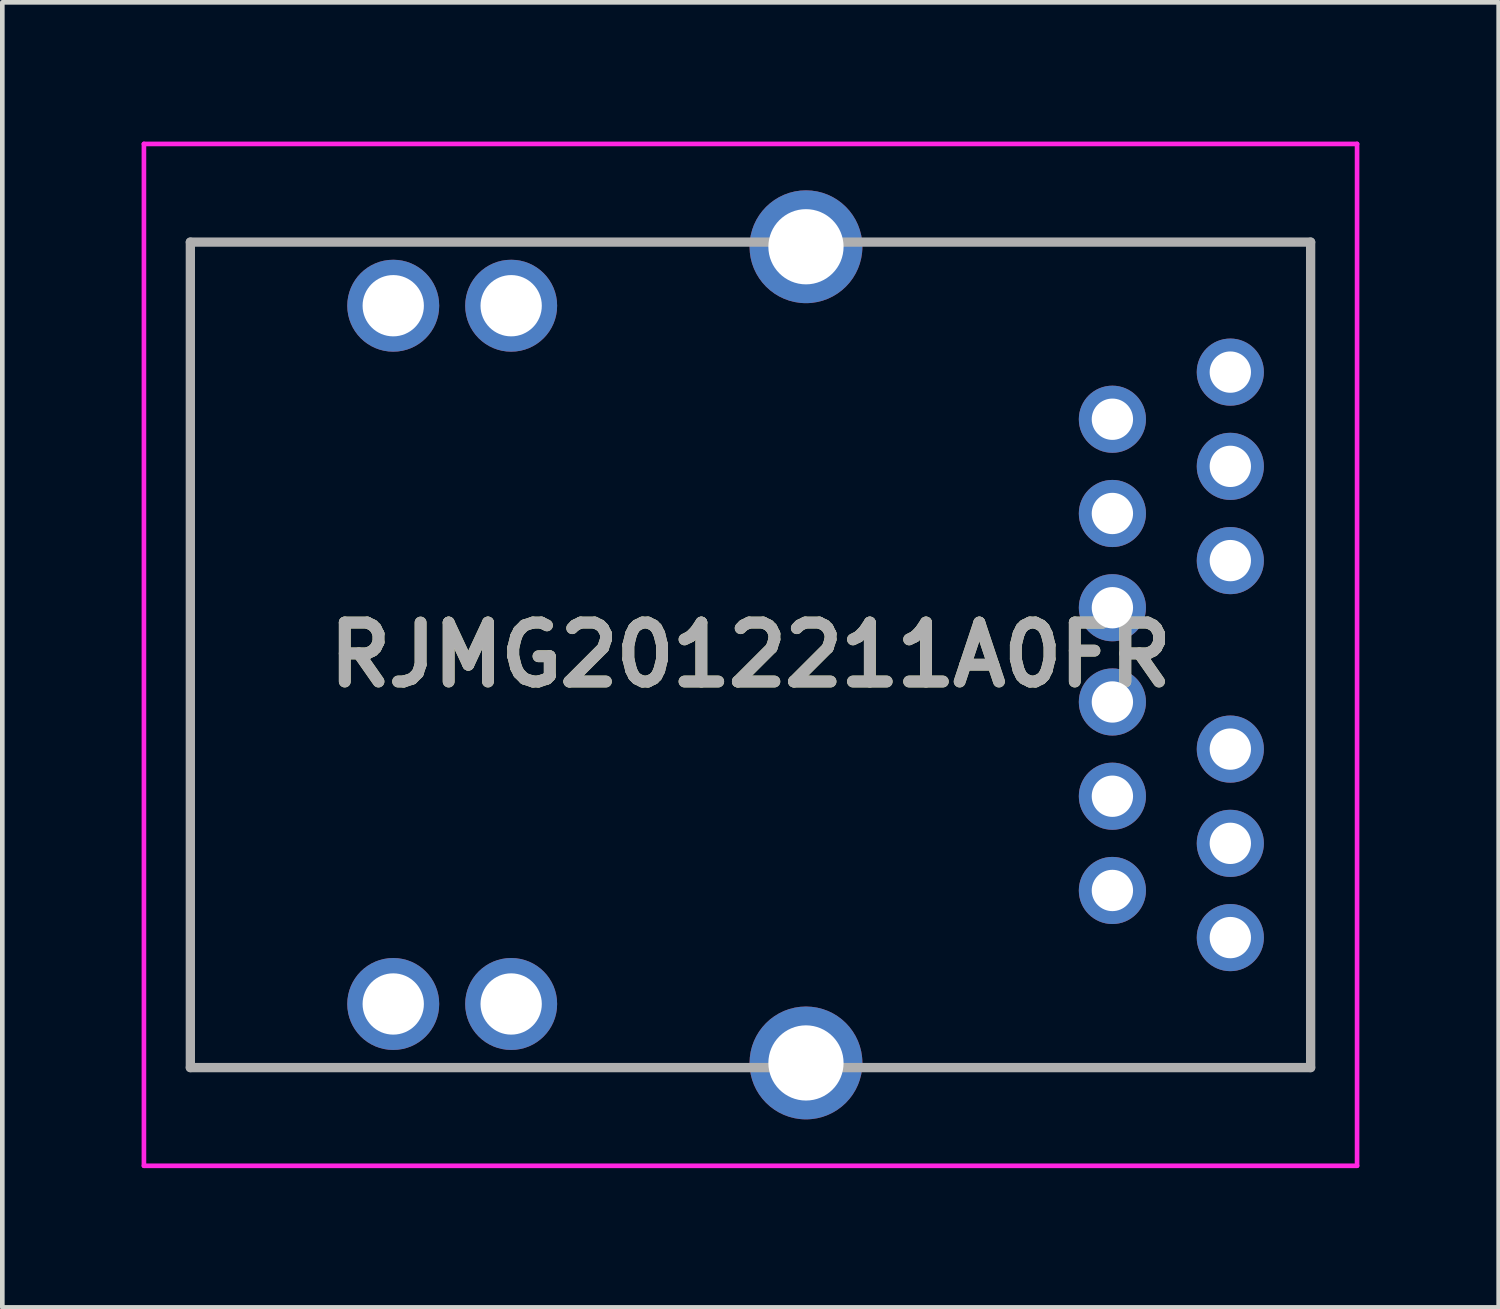
<source format=kicad_pcb>
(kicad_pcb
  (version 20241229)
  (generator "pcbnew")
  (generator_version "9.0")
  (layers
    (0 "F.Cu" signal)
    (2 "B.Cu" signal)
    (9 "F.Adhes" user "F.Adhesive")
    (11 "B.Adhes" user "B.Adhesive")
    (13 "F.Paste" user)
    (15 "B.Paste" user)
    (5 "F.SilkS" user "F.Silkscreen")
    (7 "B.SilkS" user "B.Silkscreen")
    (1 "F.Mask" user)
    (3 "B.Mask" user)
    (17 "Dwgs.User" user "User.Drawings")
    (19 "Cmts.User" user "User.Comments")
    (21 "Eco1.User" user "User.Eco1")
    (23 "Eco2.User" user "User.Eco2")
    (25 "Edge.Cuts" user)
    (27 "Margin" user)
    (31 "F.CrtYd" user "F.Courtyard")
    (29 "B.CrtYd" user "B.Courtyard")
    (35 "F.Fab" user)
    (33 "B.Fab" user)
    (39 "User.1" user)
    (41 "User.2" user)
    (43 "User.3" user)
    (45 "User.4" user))
  (footprint "RJMG2012211A0FR"
    (layer "F.Cu")
    (at 20.91 16.13)
    (property "Reference" "RJMG2012211A0FR" (at -7.795 -5.075 0) (layer "F.SilkS") (effects (font (size 1.27 1.27) (thickness 0.254))))
    (attr through_hole)
    (fp_line (start -19.86 -13.965) (end -19.86 3.815) (stroke (width 0.1) (type solid)) (layer "F.SilkS"))
    (fp_line (start -19.86 3.815) (end -10.16 3.815) (stroke (width 0.1) (type solid)) (layer "F.SilkS"))
    (fp_line (start -10.16 -13.965) (end -19.86 -13.965) (stroke (width 0.1) (type solid)) (layer "F.SilkS"))
    (fp_line (start -2.95 -13.965) (end 4.27 -13.965) (stroke (width 0.1) (type solid)) (layer "F.SilkS"))
    (fp_line (start 4.27 -13.965) (end 4.27 3.815) (stroke (width 0.1) (type solid)) (layer "F.SilkS"))
    (fp_line (start 4.27 3.815) (end -2.95 3.815) (stroke (width 0.1) (type solid)) (layer "F.SilkS"))
    (fp_line (start -20.86 -16.08) (end 5.27 -16.08) (stroke (width 0.1) (type solid)) (layer "F.CrtYd"))
    (fp_line (start -20.86 5.93) (end -20.86 -16.08) (stroke (width 0.1) (type solid)) (layer "F.CrtYd"))
    (fp_line (start 5.27 -16.08) (end 5.27 5.93) (stroke (width 0.1) (type solid)) (layer "F.CrtYd"))
    (fp_line (start 5.27 5.93) (end -20.86 5.93) (stroke (width 0.1) (type solid)) (layer "F.CrtYd"))
    (fp_line (start -19.86 -13.965) (end 4.27 -13.965) (stroke (width 0.2) (type solid)) (layer "F.Fab"))
    (fp_line (start -19.86 3.815) (end -19.86 -13.965) (stroke (width 0.2) (type solid)) (layer "F.Fab"))
    (fp_line (start 4.27 -13.965) (end 4.27 3.815) (stroke (width 0.2) (type solid)) (layer "F.Fab"))
    (fp_line (start 4.27 3.815) (end -19.86 3.815) (stroke (width 0.2) (type solid)) (layer "F.Fab"))
    (fp_text user "${REFERENCE}" (at -7.795 -5.075 0) (layer "F.Fab") (effects (font (size 1.27 1.27) (thickness 0.254))))
    (pad "" np_thru_hole circle (at -6.6 -9.9) (size 0.001 0.001) (drill 3.4) (layers "*.Cu" "*.Mask"))
    (pad "" np_thru_hole circle (at -6.6 -0.25) (size 0.001 0.001) (drill 3.4) (layers "*.Cu" "*.Mask"))
    (pad "1" thru_hole circle (at 0 0) (size 1.446 1.446) (drill 0.89) (layers "*.Cu" "*.Mask"))
    (pad "2" thru_hole circle (at 0 -2.03) (size 1.446 1.446) (drill 0.89) (layers "*.Cu" "*.Mask"))
    (pad "3" thru_hole circle (at 0 -4.06) (size 1.446 1.446) (drill 0.89) (layers "*.Cu" "*.Mask"))
    (pad "4" thru_hole circle (at 0 -6.09) (size 1.446 1.446) (drill 0.89) (layers "*.Cu" "*.Mask"))
    (pad "5" thru_hole circle (at 0 -8.12) (size 1.446 1.446) (drill 0.89) (layers "*.Cu" "*.Mask"))
    (pad "6" thru_hole circle (at 0 -10.15) (size 1.446 1.446) (drill 0.89) (layers "*.Cu" "*.Mask"))
    (pad "7" thru_hole circle (at 2.54 1.015) (size 1.446 1.446) (drill 0.89) (layers "*.Cu" "*.Mask"))
    (pad "8" thru_hole circle (at 2.54 -1.015) (size 1.446 1.446) (drill 0.89) (layers "*.Cu" "*.Mask"))
    (pad "9" thru_hole circle (at 2.54 -3.045) (size 1.446 1.446) (drill 0.89) (layers "*.Cu" "*.Mask"))
    (pad "10" thru_hole circle (at 2.54 -7.105) (size 1.446 1.446) (drill 0.89) (layers "*.Cu" "*.Mask"))
    (pad "11" thru_hole circle (at 2.54 -9.135) (size 1.446 1.446) (drill 0.89) (layers "*.Cu" "*.Mask"))
    (pad "12" thru_hole circle (at 2.54 -11.165) (size 1.446 1.446) (drill 0.89) (layers "*.Cu" "*.Mask"))
    (pad "13" thru_hole circle (at -12.95 2.445) (size 1.98 1.98) (drill 1.32) (layers "*.Cu" "*.Mask"))
    (pad "14" thru_hole circle (at -15.49 2.445) (size 1.98 1.98) (drill 1.32) (layers "*.Cu" "*.Mask"))
    (pad "15" thru_hole circle (at -12.95 -12.595) (size 1.98 1.98) (drill 1.32) (layers "*.Cu" "*.Mask"))
    (pad "16" thru_hole circle (at -15.49 -12.595) (size 1.98 1.98) (drill 1.32) (layers "*.Cu" "*.Mask"))
    (pad "17" thru_hole circle (at -6.6 -13.865) (size 2.43 2.43) (drill 1.62) (layers "*.Cu" "*.Mask"))
    (pad "18" thru_hole circle (at -6.6 3.715) (size 2.43 2.43) (drill 1.62) (layers "*.Cu" "*.Mask")))
  (gr_rect
    (start -3 -3)
    (end 29.23 25.11)
    (stroke (width 0.1) (type default))
    (fill no)
    (layer "Edge.Cuts")))
</source>
